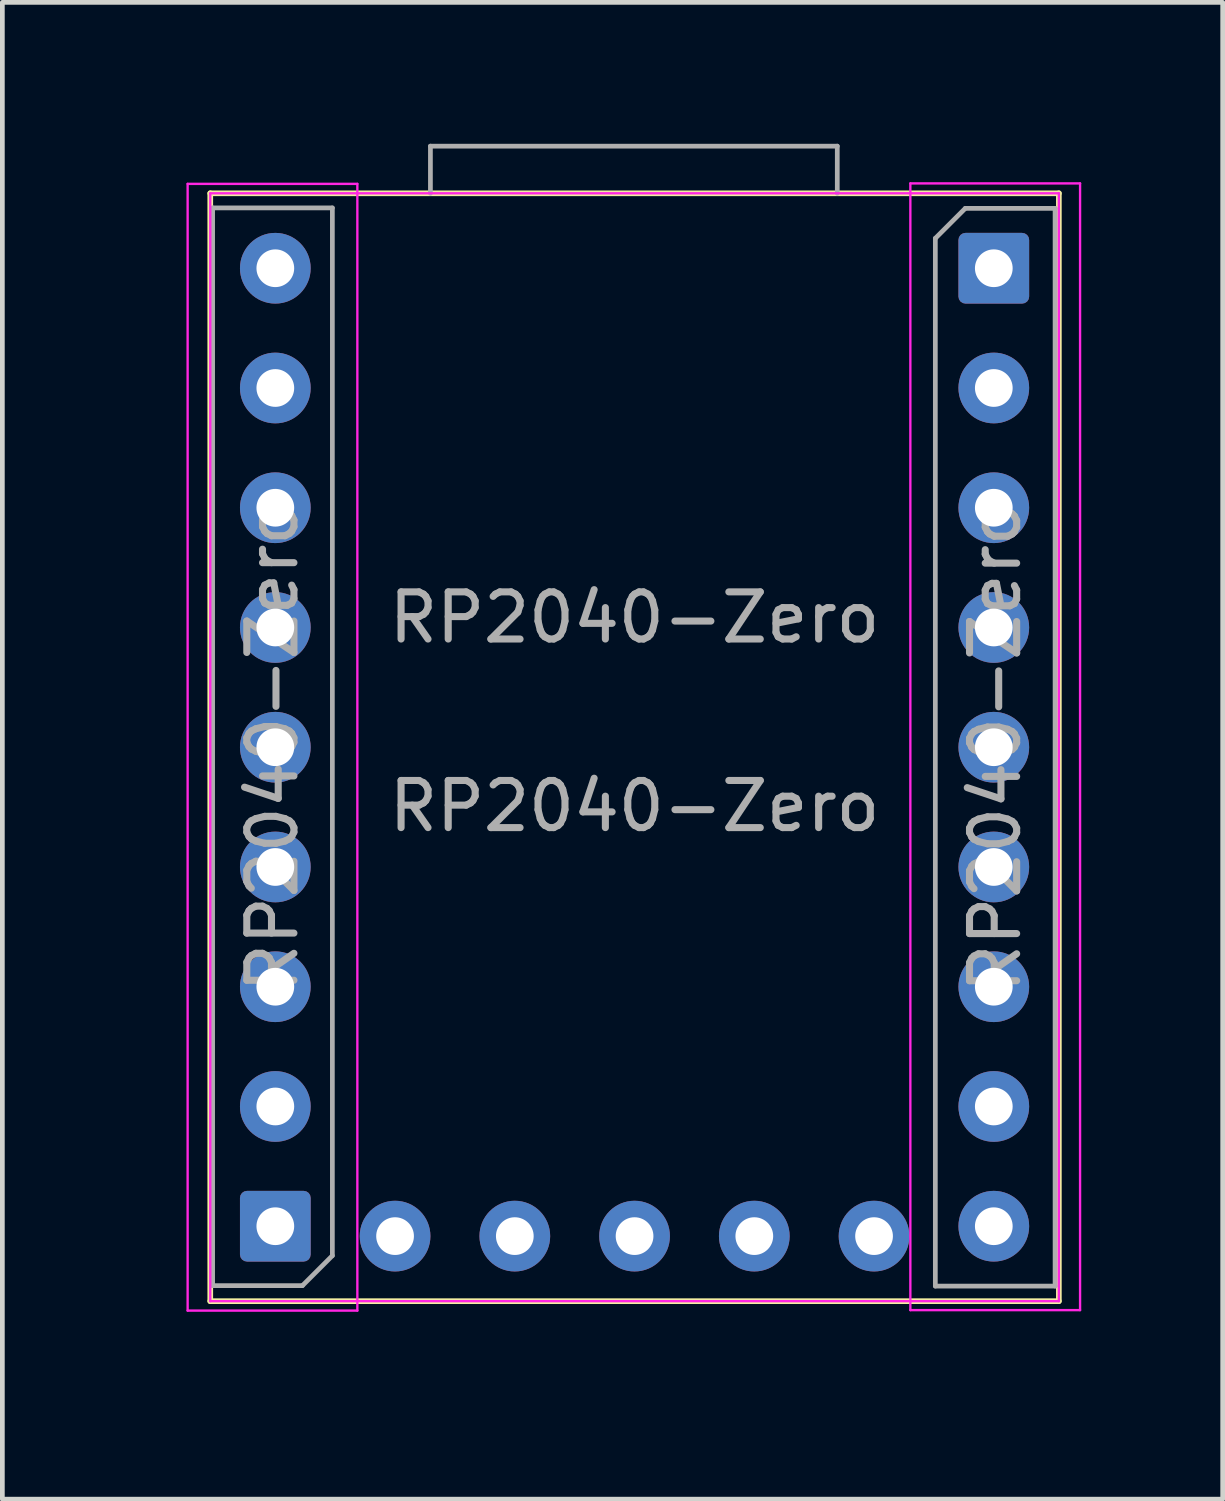
<source format=kicad_pcb>
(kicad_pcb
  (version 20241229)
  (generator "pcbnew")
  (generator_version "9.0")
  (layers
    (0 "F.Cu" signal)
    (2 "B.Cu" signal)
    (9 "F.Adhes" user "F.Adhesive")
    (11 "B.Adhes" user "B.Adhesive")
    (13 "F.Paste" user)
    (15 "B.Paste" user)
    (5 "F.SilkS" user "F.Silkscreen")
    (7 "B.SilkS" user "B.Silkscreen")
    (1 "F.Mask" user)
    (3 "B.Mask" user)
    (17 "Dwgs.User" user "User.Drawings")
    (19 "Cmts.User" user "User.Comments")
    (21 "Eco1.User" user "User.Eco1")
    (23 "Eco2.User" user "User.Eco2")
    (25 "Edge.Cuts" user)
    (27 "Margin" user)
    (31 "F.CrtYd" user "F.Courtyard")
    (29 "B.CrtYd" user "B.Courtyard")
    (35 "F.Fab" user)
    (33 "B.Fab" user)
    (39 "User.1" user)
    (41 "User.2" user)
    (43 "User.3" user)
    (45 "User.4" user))
  (footprint "RP2040-Zero"
    (layer "F.Cu")
    (at 0.25 25.5)
    (property "Reference" "RP2040-Zero" (at 10.16 -15.45 0) (unlocked yes) (layer "F.Fab") (effects (font (size 1 1) (thickness 0.15))))
    (attr through_hole)
    (fp_line (start 1.16 -24.45) (end 1.16 -0.95) (stroke (width 0.12) (type solid)) (layer "F.SilkS"))
    (fp_line (start 1.16 -0.95) (end 19.16 -0.95) (stroke (width 0.12) (type solid)) (layer "F.SilkS"))
    (fp_line (start 19.16 -24.45) (end 1.16 -24.45) (stroke (width 0.12) (type solid)) (layer "F.SilkS"))
    (fp_line (start 19.16 -0.95) (end 19.16 -24.45) (stroke (width 0.12) (type solid)) (layer "F.SilkS"))
    (fp_line (start 0.68 -24.65) (end 0.68 -0.75) (stroke (width 0.05) (type solid)) (layer "F.CrtYd"))
    (fp_line (start 0.68 -0.75) (end 4.28 -0.75) (stroke (width 0.05) (type solid)) (layer "F.CrtYd"))
    (fp_line (start 1.16 -24.45) (end 19.16 -24.45) (stroke (width 0.05) (type solid)) (layer "F.CrtYd"))
    (fp_line (start 1.16 -0.95) (end 1.16 -24.45) (stroke (width 0.05) (type solid)) (layer "F.CrtYd"))
    (fp_line (start 4.28 -24.65) (end 0.68 -24.65) (stroke (width 0.05) (type solid)) (layer "F.CrtYd"))
    (fp_line (start 4.28 -0.75) (end 4.28 -24.65) (stroke (width 0.05) (type solid)) (layer "F.CrtYd"))
    (fp_line (start 16.01 -24.66) (end 16.01 -0.76) (stroke (width 0.05) (type solid)) (layer "F.CrtYd"))
    (fp_line (start 16.01 -0.76) (end 19.61 -0.76) (stroke (width 0.05) (type solid)) (layer "F.CrtYd"))
    (fp_line (start 19.16 -24.45) (end 19.16 -0.95) (stroke (width 0.05) (type solid)) (layer "F.CrtYd"))
    (fp_line (start 19.16 -0.95) (end 1.16 -0.95) (stroke (width 0.05) (type solid)) (layer "F.CrtYd"))
    (fp_line (start 19.61 -24.66) (end 16.01 -24.66) (stroke (width 0.05) (type solid)) (layer "F.CrtYd"))
    (fp_line (start 19.61 -0.76) (end 19.61 -24.66) (stroke (width 0.05) (type solid)) (layer "F.CrtYd"))
    (fp_line (start 1.21 -24.14) (end 3.75 -24.14) (stroke (width 0.1) (type solid)) (layer "F.Fab"))
    (fp_line (start 1.21 -1.28) (end 1.21 -24.14) (stroke (width 0.1) (type solid)) (layer "F.Fab"))
    (fp_line (start 3.115 -1.28) (end 1.21 -1.28) (stroke (width 0.1) (type solid)) (layer "F.Fab"))
    (fp_line (start 3.75 -24.14) (end 3.75 -1.915) (stroke (width 0.1) (type solid)) (layer "F.Fab"))
    (fp_line (start 3.75 -1.915) (end 3.115 -1.28) (stroke (width 0.1) (type solid)) (layer "F.Fab"))
    (fp_line (start 5.83 -25.45) (end 5.83 -24.45) (stroke (width 0.1) (type solid)) (layer "F.Fab"))
    (fp_line (start 5.83 -25.45) (end 14.46 -25.45) (stroke (width 0.1) (type solid)) (layer "F.Fab"))
    (fp_line (start 14.46 -25.45) (end 14.46 -24.45) (stroke (width 0.1) (type solid)) (layer "F.Fab"))
    (fp_line (start 16.54 -23.495) (end 17.175 -24.13) (stroke (width 0.1) (type solid)) (layer "F.Fab"))
    (fp_line (start 16.54 -1.27) (end 16.54 -23.495) (stroke (width 0.1) (type solid)) (layer "F.Fab"))
    (fp_line (start 17.175 -24.13) (end 19.08 -24.13) (stroke (width 0.1) (type solid)) (layer "F.Fab"))
    (fp_line (start 19.08 -24.13) (end 19.08 -1.27) (stroke (width 0.1) (type solid)) (layer "F.Fab"))
    (fp_line (start 19.08 -1.27) (end 16.54 -1.27) (stroke (width 0.1) (type solid)) (layer "F.Fab"))
    (fp_text user "${REFERENCE}" (at 2.48 -12.71 270) (layer "F.Fab") (effects (font (size 1 1) (thickness 0.15))))
    (fp_text user "${REFERENCE}" (at 17.81 -12.7 90) (layer "F.Fab") (effects (font (size 1 1) (thickness 0.15))))
    (fp_text user "${REFERENCE}" (at 10.16 -11.45 0) (unlocked yes) (layer "F.Fab") (effects (font (size 1 1) (thickness 0.15))))
    (pad "0" thru_hole roundrect (at 17.78 -22.86) (size 1.5 1.5) (drill 0.8) (layers "*.Cu" "*.Mask") (roundrect_rratio 0.1))
    (pad "1" thru_hole oval (at 17.78 -20.32) (size 1.5 1.5) (drill 0.8) (layers "*.Cu" "*.Mask"))
    (pad "2" thru_hole oval (at 17.78 -17.78) (size 1.5 1.5) (drill 0.8) (layers "*.Cu" "*.Mask"))
    (pad "3" thru_hole oval (at 17.78 -15.24) (size 1.5 1.5) (drill 0.8) (layers "*.Cu" "*.Mask"))
    (pad "4" thru_hole oval (at 17.78 -12.7) (size 1.5 1.5) (drill 0.8) (layers "*.Cu" "*.Mask"))
    (pad "5" thru_hole oval (at 17.78 -10.16) (size 1.5 1.5) (drill 0.8) (layers "*.Cu" "*.Mask"))
    (pad "6" thru_hole oval (at 17.78 -7.62) (size 1.5 1.5) (drill 0.8) (layers "*.Cu" "*.Mask"))
    (pad "7" thru_hole oval (at 17.78 -5.08) (size 1.5 1.5) (drill 0.8) (layers "*.Cu" "*.Mask"))
    (pad "8" thru_hole oval (at 17.78 -2.54) (size 1.5 1.5) (drill 0.8) (layers "*.Cu" "*.Mask"))
    (pad "9" thru_hole oval (at 15.24 -2.33 90) (size 1.5 1.5) (drill 0.8) (layers "*.Cu" "*.Mask"))
    (pad "10" thru_hole oval (at 12.7 -2.33 90) (size 1.5 1.5) (drill 0.8) (layers "*.Cu" "*.Mask"))
    (pad "11" thru_hole oval (at 10.16 -2.33 90) (size 1.5 1.5) (drill 0.8) (layers "*.Cu" "*.Mask"))
    (pad "12" thru_hole oval (at 7.62 -2.33 90) (size 1.5 1.5) (drill 0.8) (layers "*.Cu" "*.Mask"))
    (pad "13" thru_hole oval (at 5.08 -2.33 90) (size 1.5 1.5) (drill 0.8) (layers "*.Cu" "*.Mask"))
    (pad "14" thru_hole roundrect (at 2.54 -2.54 180) (size 1.5 1.5) (drill 0.8) (layers "*.Cu" "*.Mask") (roundrect_rratio 0.1))
    (pad "15" thru_hole oval (at 2.54 -5.08 180) (size 1.5 1.5) (drill 0.8) (layers "*.Cu" "*.Mask"))
    (pad "26" thru_hole oval (at 2.54 -7.62 180) (size 1.5 1.5) (drill 0.8) (layers "*.Cu" "*.Mask"))
    (pad "27" thru_hole oval (at 2.54 -10.16 180) (size 1.5 1.5) (drill 0.8) (layers "*.Cu" "*.Mask"))
    (pad "28" thru_hole oval (at 2.54 -12.7 180) (size 1.5 1.5) (drill 0.8) (layers "*.Cu" "*.Mask"))
    (pad "29" thru_hole oval (at 2.54 -15.24 180) (size 1.5 1.5) (drill 0.8) (layers "*.Cu" "*.Mask"))
    (pad "30" thru_hole oval (at 2.54 -17.78 180) (size 1.5 1.5) (drill 0.8) (layers "*.Cu" "*.Mask"))
    (pad "31" thru_hole oval (at 2.54 -20.32 180) (size 1.5 1.5) (drill 0.8) (layers "*.Cu" "*.Mask"))
    (pad "32" thru_hole oval (at 2.54 -22.86 180) (size 1.5 1.5) (drill 0.8) (layers "*.Cu" "*.Mask")))
  (gr_rect
    (start -3 -3)
    (end 22.885 28.75)
    (stroke (width 0.1) (type default))
    (fill no)
    (layer "Edge.Cuts")))
</source>
